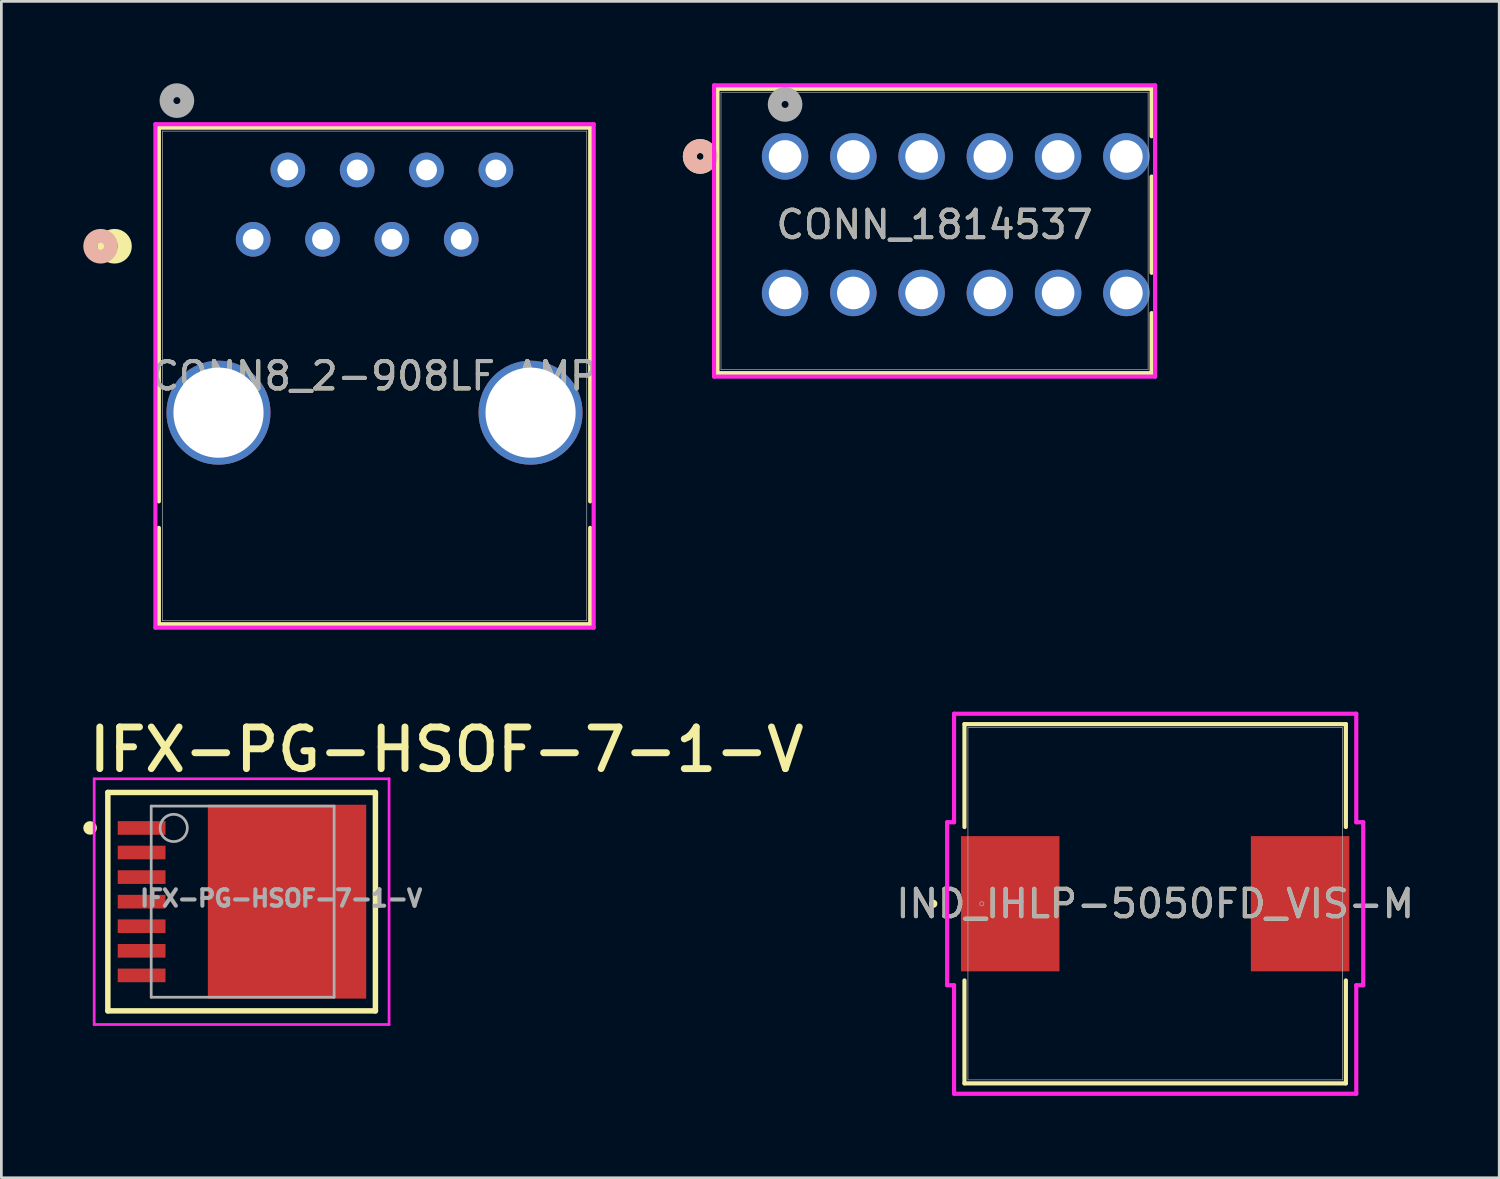
<source format=kicad_pcb>
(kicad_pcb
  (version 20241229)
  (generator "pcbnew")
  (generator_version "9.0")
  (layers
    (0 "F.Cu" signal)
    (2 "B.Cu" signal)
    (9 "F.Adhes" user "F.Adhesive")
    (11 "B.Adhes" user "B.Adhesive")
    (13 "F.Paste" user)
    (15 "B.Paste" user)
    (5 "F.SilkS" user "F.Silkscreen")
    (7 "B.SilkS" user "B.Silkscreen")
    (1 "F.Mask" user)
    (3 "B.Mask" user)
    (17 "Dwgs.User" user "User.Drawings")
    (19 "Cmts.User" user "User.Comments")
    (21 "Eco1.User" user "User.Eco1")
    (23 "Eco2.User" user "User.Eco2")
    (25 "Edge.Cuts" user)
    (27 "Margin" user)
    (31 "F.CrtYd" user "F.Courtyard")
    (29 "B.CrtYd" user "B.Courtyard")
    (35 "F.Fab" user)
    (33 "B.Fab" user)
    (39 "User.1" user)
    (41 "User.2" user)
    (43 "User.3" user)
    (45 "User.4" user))
  (footprint "IFX-PG-HSOF-7-1-V"
    (layer "F.Cu")
    (at 4.8 29.975)
    (property "Reference" "IFX-PG-HSOF-7-1-V" (at -4.724 -4.674 0) (unlocked yes) (layer "F.SilkS") (effects (font (size 1.524 1.524) (thickness 0.254)) (justify left bottom)))
    (fp_poly (pts (xy -0.237 -3.3) (xy 2.462 -3.3) (xy 2.462 -3) (xy 4.312 -3) (xy 4.312 -3.55) (xy 5.562 -3.55) (xy 5.562 3.55) (xy 4.312 3.55) (xy 4.312 3) (xy 2.462 3) (xy 2.462 3.3) (xy -0.237 3.3)) (stroke (width 0) (type default)) (fill yes) (layer "F.Mask"))
    (fp_line (start -3.9 -4) (end 5.9 -4) (stroke (width 0.2) (type solid)) (layer "F.SilkS"))
    (fp_line (start -3.9 4) (end -3.9 -4) (stroke (width 0.2) (type solid)) (layer "F.SilkS"))
    (fp_line (start -3.9 4) (end 5.9 4) (stroke (width 0.2) (type solid)) (layer "F.SilkS"))
    (fp_line (start 5.9 4) (end 5.9 -4) (stroke (width 0.2) (type solid)) (layer "F.SilkS"))
    (fp_circle (center -4.55 -2.7) (end -4.55 -2.825) (stroke (width 0.25) (type solid)) (fill no) (layer "F.SilkS"))
    (fp_poly (pts (xy -3.462 -2.9) (xy -1.863 -2.9) (xy -1.863 -2.5) (xy -3.462 -2.5)) (stroke (width 0) (type default)) (fill yes) (layer "F.Paste"))
    (fp_poly (pts (xy -3.462 -2) (xy -1.863 -2) (xy -1.863 -1.6) (xy -3.462 -1.6)) (stroke (width 0) (type default)) (fill yes) (layer "F.Paste"))
    (fp_poly (pts (xy -3.462 -1.1) (xy -1.863 -1.1) (xy -1.863 -0.7) (xy -3.462 -0.7)) (stroke (width 0) (type default)) (fill yes) (layer "F.Paste"))
    (fp_poly (pts (xy -3.462 -0.2) (xy -1.863 -0.2) (xy -1.863 0.2) (xy -3.462 0.2)) (stroke (width 0) (type default)) (fill yes) (layer "F.Paste"))
    (fp_poly (pts (xy -3.462 0.7) (xy -1.863 0.7) (xy -1.863 1.1) (xy -3.462 1.1)) (stroke (width 0) (type default)) (fill yes) (layer "F.Paste"))
    (fp_poly (pts (xy -3.462 1.6) (xy -1.863 1.6) (xy -1.863 2) (xy -3.462 2)) (stroke (width 0) (type default)) (fill yes) (layer "F.Paste"))
    (fp_poly (pts (xy -3.462 2.5) (xy -1.863 2.5) (xy -1.863 2.9) (xy -3.462 2.9)) (stroke (width 0) (type default)) (fill yes) (layer "F.Paste"))
    (fp_poly (pts (xy 0.938 -0.2) (xy 0.938 -3.2) (xy -0.062 -3.2) (xy -0.062 -0.2)) (stroke (width 0) (type default)) (fill yes) (layer "F.Paste"))
    (fp_poly (pts (xy 0.938 0.2) (xy 0.938 3.2) (xy -0.062 3.2) (xy -0.062 0.2)) (stroke (width 0) (type default)) (fill yes) (layer "F.Paste"))
    (fp_poly (pts (xy 2.438 -0.2) (xy 2.438 -3.2) (xy 1.438 -3.2) (xy 1.438 -0.2)) (stroke (width 0) (type default)) (fill yes) (layer "F.Paste"))
    (fp_poly (pts (xy 2.438 0.2) (xy 2.438 3.2) (xy 1.438 3.2) (xy 1.438 0.2)) (stroke (width 0) (type default)) (fill yes) (layer "F.Paste"))
    (fp_poly (pts (xy 3.938 0.2) (xy 3.938 2.9) (xy 2.938 2.9) (xy 2.938 0.2)) (stroke (width 0) (type default)) (fill yes) (layer "F.Paste"))
    (fp_poly (pts (xy 3.938 -0.2) (xy 3.938 -2.9) (xy 2.938 -2.9) (xy 2.938 -0.2)) (stroke (width 0) (type default)) (fill yes) (layer "F.Paste"))
    (fp_poly (pts (xy 5.438 -3.45) (xy 4.438 -3.45) (xy 4.438 -0.2) (xy 5.438 -0.2)) (stroke (width 0) (type default)) (fill yes) (layer "F.Paste"))
    (fp_poly (pts (xy 5.438 3.45) (xy 4.438 3.45) (xy 4.438 0.2) (xy 5.438 0.2)) (stroke (width 0) (type default)) (fill yes) (layer "F.Paste"))
    (fp_line (start -4.4 -4.5) (end 6.4 -4.5) (stroke (width 0.1) (type solid)) (layer "F.CrtYd"))
    (fp_line (start -4.4 4.5) (end -4.4 -4.5) (stroke (width 0.1) (type solid)) (layer "F.CrtYd"))
    (fp_line (start -4.4 4.5) (end 6.4 4.5) (stroke (width 0.1) (type solid)) (layer "F.CrtYd"))
    (fp_line (start 6.4 4.5) (end 6.4 -4.5) (stroke (width 0.1) (type solid)) (layer "F.CrtYd"))
    (fp_line (start -2.312 -3.5) (end 4.388 -3.5) (stroke (width 0.1) (type solid)) (layer "F.Fab"))
    (fp_line (start -2.312 3.5) (end -2.312 -3.5) (stroke (width 0.1) (type solid)) (layer "F.Fab"))
    (fp_line (start -2.312 3.5) (end 4.388 3.5) (stroke (width 0.1) (type solid)) (layer "F.Fab"))
    (fp_line (start 4.388 3.5) (end 4.388 -3.5) (stroke (width 0.1) (type solid)) (layer "F.Fab"))
    (fp_circle (center -1.488 -2.7) (end -0.988 -2.7) (stroke (width 0.1) (type solid)) (fill no) (layer "F.Fab"))
    (fp_text user "${REFERENCE}" (at -2.794 0.229 0) (unlocked yes) (layer "F.Fab") (effects (font (size 0.6 0.6) (thickness 0.15)) (justify left bottom)))
    (pad "1" smd rect (at -2.663 -2.7 270) (size 0.5 1.75) (layers "F.Cu" "F.Mask" "F.Paste"))
    (pad "2" smd rect (at -2.663 -1.8 270) (size 0.5 1.75) (layers "F.Cu" "F.Mask" "F.Paste"))
    (pad "3" smd rect (at -2.663 -0.9 270) (size 0.5 1.75) (layers "F.Cu" "F.Mask" "F.Paste"))
    (pad "4" smd rect (at -2.663 0 270) (size 0.5 1.75) (layers "F.Cu" "F.Mask" "F.Paste"))
    (pad "5" smd rect (at -2.663 0.9 270) (size 0.5 1.75) (layers "F.Cu" "F.Mask" "F.Paste"))
    (pad "6" smd rect (at -2.663 1.8 270) (size 0.5 1.75) (layers "F.Cu" "F.Mask" "F.Paste"))
    (pad "7" smd rect (at -2.663 2.7 270) (size 0.5 1.75) (layers "F.Cu" "F.Mask" "F.Paste"))
    (pad "8" smd rect (at 2.663 0) (size 5.8 7.1) (layers "F.Cu" "F.Mask" "F.Paste")))
  (footprint "CONN8_2-908LF_AMP"
    (layer "F.Cu")
    (at 6.223 5.715)
    (property "Reference" "CONN8_2-908LF_AMP" (at 4.445 5.004 0) (unlocked yes) (layer "F.SilkS") (effects (font (size 1 1) (thickness 0.15))))
    (attr through_hole)
    (fp_line (start -3.454 -4.089) (end -3.454 9.598) (stroke (width 0.152) (type solid)) (layer "F.SilkS"))
    (fp_line (start -3.454 10.57) (end -3.454 14.097) (stroke (width 0.152) (type solid)) (layer "F.SilkS"))
    (fp_line (start -3.454 14.097) (end 12.344 14.097) (stroke (width 0.152) (type solid)) (layer "F.SilkS"))
    (fp_line (start 12.344 -4.089) (end -3.454 -4.089) (stroke (width 0.152) (type solid)) (layer "F.SilkS"))
    (fp_line (start 12.344 9.598) (end 12.344 -4.089) (stroke (width 0.152) (type solid)) (layer "F.SilkS"))
    (fp_line (start 12.344 14.097) (end 12.344 10.57) (stroke (width 0.152) (type solid)) (layer "F.SilkS"))
    (fp_circle (center -5.08 0.254) (end -4.699 0.254) (stroke (width 0.508) (type solid)) (fill no) (layer "F.SilkS"))
    (fp_circle (center -5.588 0.254) (end -5.207 0.254) (stroke (width 0.508) (type solid)) (fill no) (layer "B.SilkS"))
    (fp_line (start -3.581 -4.216) (end -3.581 14.224) (stroke (width 0.152) (type solid)) (layer "F.CrtYd"))
    (fp_line (start -3.581 14.224) (end 12.471 14.224) (stroke (width 0.152) (type solid)) (layer "F.CrtYd"))
    (fp_line (start 12.471 -4.216) (end -3.581 -4.216) (stroke (width 0.152) (type solid)) (layer "F.CrtYd"))
    (fp_line (start 12.471 14.224) (end 12.471 -4.216) (stroke (width 0.152) (type solid)) (layer "F.CrtYd"))
    (fp_line (start -3.327 -3.962) (end -3.327 13.97) (stroke (width 0.025) (type solid)) (layer "F.Fab"))
    (fp_line (start -3.327 13.97) (end 12.217 13.97) (stroke (width 0.025) (type solid)) (layer "F.Fab"))
    (fp_line (start 12.217 -3.962) (end -3.327 -3.962) (stroke (width 0.025) (type solid)) (layer "F.Fab"))
    (fp_line (start 12.217 13.97) (end 12.217 -3.962) (stroke (width 0.025) (type solid)) (layer "F.Fab"))
    (fp_circle (center -2.794 -5.08) (end -2.413 -5.08) (stroke (width 0.508) (type solid)) (fill no) (layer "F.Fab"))
    (fp_text user "${REFERENCE}" (at 4.445 5.004 0) (unlocked yes) (layer "F.Fab") (effects (font (size 1 1) (thickness 0.15))))
    (pad "1" thru_hole circle (at 0 0) (size 1.27 1.27) (drill 0.762) (layers "*.Cu" "*.Mask"))
    (pad "2" thru_hole circle (at 1.27 -2.54) (size 1.27 1.27) (drill 0.762) (layers "*.Cu" "*.Mask"))
    (pad "3" thru_hole circle (at 2.54 0) (size 1.27 1.27) (drill 0.762) (layers "*.Cu" "*.Mask"))
    (pad "4" thru_hole circle (at 3.81 -2.54) (size 1.27 1.27) (drill 0.762) (layers "*.Cu" "*.Mask"))
    (pad "5" thru_hole circle (at 5.08 0) (size 1.27 1.27) (drill 0.762) (layers "*.Cu" "*.Mask"))
    (pad "6" thru_hole circle (at 6.35 -2.54) (size 1.27 1.27) (drill 0.762) (layers "*.Cu" "*.Mask"))
    (pad "7" thru_hole circle (at 7.62 0) (size 1.27 1.27) (drill 0.762) (layers "*.Cu" "*.Mask"))
    (pad "8" thru_hole circle (at 8.89 -2.54) (size 1.27 1.27) (drill 0.762) (layers "*.Cu" "*.Mask"))
    (pad "9" thru_hole circle (at -1.27 6.35 90) (size 3.81 3.81) (drill 3.302) (layers "*.Cu" "*.Mask"))
    (pad "10" thru_hole circle (at 10.16 6.35 90) (size 3.81 3.81) (drill 3.302) (layers "*.Cu" "*.Mask")))
  (footprint "IND_IHLP-5050FD_VIS-M"
    (layer "F.Cu")
    (at 39.26 30.051)
    (property "Reference" "IND_IHLP-5050FD_VIS-M" (at 0 0 0) (unlocked yes) (layer "F.SilkS") (effects (font (size 1 1) (thickness 0.15))))
    (attr smd)
    (fp_line (start -6.985 -6.579) (end -6.985 -2.809) (stroke (width 0.152) (type solid)) (layer "F.SilkS"))
    (fp_line (start -6.985 2.809) (end -6.985 6.579) (stroke (width 0.152) (type solid)) (layer "F.SilkS"))
    (fp_line (start -6.985 6.579) (end 6.985 6.579) (stroke (width 0.152) (type solid)) (layer "F.SilkS"))
    (fp_line (start 6.985 -6.579) (end -6.985 -6.579) (stroke (width 0.152) (type solid)) (layer "F.SilkS"))
    (fp_line (start 6.985 -2.809) (end 6.985 -6.579) (stroke (width 0.152) (type solid)) (layer "F.SilkS"))
    (fp_line (start 6.985 6.579) (end 6.985 2.809) (stroke (width 0.152) (type solid)) (layer "F.SilkS"))
    (fp_circle (center -8.128 0) (end -8.052 0) (stroke (width 0.152) (type solid)) (fill no) (layer "F.SilkS"))
    (fp_line (start -7.62 -2.985) (end -7.366 -2.985) (stroke (width 0.152) (type solid)) (layer "F.CrtYd"))
    (fp_line (start -7.62 2.985) (end -7.62 -2.985) (stroke (width 0.152) (type solid)) (layer "F.CrtYd"))
    (fp_line (start -7.366 -6.96) (end 7.366 -6.96) (stroke (width 0.152) (type solid)) (layer "F.CrtYd"))
    (fp_line (start -7.366 -2.985) (end -7.366 -6.96) (stroke (width 0.152) (type solid)) (layer "F.CrtYd"))
    (fp_line (start -7.366 2.985) (end -7.62 2.985) (stroke (width 0.152) (type solid)) (layer "F.CrtYd"))
    (fp_line (start -7.366 6.96) (end -7.366 2.985) (stroke (width 0.152) (type solid)) (layer "F.CrtYd"))
    (fp_line (start 7.366 -6.96) (end 7.366 -2.985) (stroke (width 0.152) (type solid)) (layer "F.CrtYd"))
    (fp_line (start 7.366 -2.985) (end 7.62 -2.985) (stroke (width 0.152) (type solid)) (layer "F.CrtYd"))
    (fp_line (start 7.366 2.985) (end 7.366 6.96) (stroke (width 0.152) (type solid)) (layer "F.CrtYd"))
    (fp_line (start 7.366 6.96) (end -7.366 6.96) (stroke (width 0.152) (type solid)) (layer "F.CrtYd"))
    (fp_line (start 7.62 -2.985) (end 7.62 2.985) (stroke (width 0.152) (type solid)) (layer "F.CrtYd"))
    (fp_line (start 7.62 2.985) (end 7.366 2.985) (stroke (width 0.152) (type solid)) (layer "F.CrtYd"))
    (fp_line (start -6.858 -6.452) (end -6.858 6.452) (stroke (width 0.025) (type solid)) (layer "F.Fab"))
    (fp_line (start -6.858 6.452) (end 6.858 6.452) (stroke (width 0.025) (type solid)) (layer "F.Fab"))
    (fp_line (start 6.858 -6.452) (end -6.858 -6.452) (stroke (width 0.025) (type solid)) (layer "F.Fab"))
    (fp_line (start 6.858 6.452) (end 6.858 -6.452) (stroke (width 0.025) (type solid)) (layer "F.Fab"))
    (fp_circle (center -6.35 0) (end -6.274 0) (stroke (width 0.025) (type solid)) (fill no) (layer "F.Fab"))
    (fp_text user "${REFERENCE}" (at 0 0 0) (unlocked yes) (layer "F.Fab") (effects (font (size 1 1) (thickness 0.15))))
    (pad "1" smd rect (at -5.309 0 90) (size 4.953 3.607) (layers "F.Cu" "F.Mask" "F.Paste"))
    (pad "2" smd rect (at 5.309 0 90) (size 4.953 3.607) (layers "F.Cu" "F.Mask" "F.Paste"))
    (zone (net_name "") (layer "F.Cu") (hatch full 0.508) (connect_pads) (min_thickness 0.254) (filled_areas_thickness no) (keepout (tracks not_allowed) (vias not_allowed) (pads allowed) (copperpour not_allowed) (footprints allowed)) (placement (enabled no)) (fill) (polygon (pts (xy 32.453 23.65) (xy 46.067 23.65) (xy 46.067 27.524) (xy 32.453 27.524))))
    (zone (net_name "") (layer "F.Cu") (hatch full 0.508) (connect_pads) (min_thickness 0.254) (filled_areas_thickness no) (keepout (tracks not_allowed) (vias not_allowed) (pads allowed) (copperpour not_allowed) (footprints allowed)) (placement (enabled no)) (fill) (polygon (pts (xy 32.453 32.578) (xy 46.067 32.578) (xy 46.067 36.452) (xy 32.453 36.452))))
    (zone (net_name "") (layer "F.Cu") (hatch full 0.508) (connect_pads) (min_thickness 0.254) (filled_areas_thickness no) (keepout (tracks not_allowed) (vias not_allowed) (pads allowed) (copperpour not_allowed) (footprints allowed)) (placement (enabled no)) (fill) (polygon (pts (xy 35.805 27.524) (xy 42.714 27.524) (xy 42.714 32.578) (xy 35.805 32.578)))))
  (footprint "CONN_1814537"
    (layer "F.Cu")
    (at 36.655 7.68)
    (property "Reference" "CONN_1814537" (at -5.475 -2.5 0) (unlocked yes) (layer "F.SilkS") (effects (font (size 1 1) (thickness 0.15))))
    (attr through_hole)
    (fp_line (start -13.425 -7.477) (end -13.425 2.937) (stroke (width 0.152) (type solid)) (layer "F.SilkS"))
    (fp_line (start -13.425 2.937) (end 2.475 2.937) (stroke (width 0.152) (type solid)) (layer "F.SilkS"))
    (fp_line (start 2.475 -7.477) (end -13.425 -7.477) (stroke (width 0.152) (type solid)) (layer "F.SilkS"))
    (fp_line (start 2.475 -5.738) (end 2.475 -7.477) (stroke (width 0.152) (type solid)) (layer "F.SilkS"))
    (fp_line (start 2.475 -0.738) (end 2.475 -4.262) (stroke (width 0.152) (type solid)) (layer "F.SilkS"))
    (fp_line (start 2.475 2.937) (end 2.475 0.738) (stroke (width 0.152) (type solid)) (layer "F.SilkS"))
    (fp_circle (center -14.06 -5) (end -13.679 -5) (stroke (width 0.508) (type solid)) (fill no) (layer "F.SilkS"))
    (fp_circle (center -14.06 -5) (end -13.679 -5) (stroke (width 0.508) (type solid)) (fill no) (layer "B.SilkS"))
    (fp_line (start -13.552 -7.604) (end -13.552 3.064) (stroke (width 0.152) (type solid)) (layer "F.CrtYd"))
    (fp_line (start -13.552 3.064) (end 2.602 3.064) (stroke (width 0.152) (type solid)) (layer "F.CrtYd"))
    (fp_line (start 2.602 -7.604) (end -13.552 -7.604) (stroke (width 0.152) (type solid)) (layer "F.CrtYd"))
    (fp_line (start 2.602 3.064) (end 2.602 -7.604) (stroke (width 0.152) (type solid)) (layer "F.CrtYd"))
    (fp_line (start -13.298 -7.35) (end -13.298 2.81) (stroke (width 0.025) (type solid)) (layer "F.Fab"))
    (fp_line (start -13.298 2.81) (end 2.348 2.81) (stroke (width 0.025) (type solid)) (layer "F.Fab"))
    (fp_line (start 2.348 -7.35) (end -13.298 -7.35) (stroke (width 0.025) (type solid)) (layer "F.Fab"))
    (fp_line (start 2.348 2.81) (end 2.348 -7.35) (stroke (width 0.025) (type solid)) (layer "F.Fab"))
    (fp_circle (center -10.95 -6.905) (end -10.569 -6.905) (stroke (width 0.508) (type solid)) (fill no) (layer "F.Fab"))
    (fp_text user "${REFERENCE}" (at -5.475 -2.5 0) (unlocked yes) (layer "F.Fab") (effects (font (size 1 1) (thickness 0.15))))
    (pad "1" thru_hole circle (at -10.95 -5) (size 1.702 1.702) (drill 1.194) (layers "*.Cu" "*.Mask"))
    (pad "2" thru_hole circle (at -10.95 0) (size 1.702 1.702) (drill 1.194) (layers "*.Cu" "*.Mask"))
    (pad "3" thru_hole circle (at -8.45 -5) (size 1.702 1.702) (drill 1.194) (layers "*.Cu" "*.Mask"))
    (pad "4" thru_hole circle (at -8.45 0) (size 1.702 1.702) (drill 1.194) (layers "*.Cu" "*.Mask"))
    (pad "5" thru_hole circle (at -5.95 -5) (size 1.702 1.702) (drill 1.194) (layers "*.Cu" "*.Mask"))
    (pad "6" thru_hole circle (at -5.95 0) (size 1.702 1.702) (drill 1.194) (layers "*.Cu" "*.Mask"))
    (pad "7" thru_hole circle (at -3.45 -5) (size 1.702 1.702) (drill 1.194) (layers "*.Cu" "*.Mask"))
    (pad "8" thru_hole circle (at -3.45 0) (size 1.702 1.702) (drill 1.194) (layers "*.Cu" "*.Mask"))
    (pad "9" thru_hole circle (at -0.95 -5) (size 1.702 1.702) (drill 1.194) (layers "*.Cu" "*.Mask"))
    (pad "10" thru_hole circle (at -0.95 0) (size 1.702 1.702) (drill 1.194) (layers "*.Cu" "*.Mask"))
    (pad "11" thru_hole circle (at 1.55 -5) (size 1.702 1.702) (drill 1.194) (layers "*.Cu" "*.Mask"))
    (pad "12" thru_hole circle (at 1.55 0) (size 1.702 1.702) (drill 1.194) (layers "*.Cu" "*.Mask")))
  (gr_rect
    (start -3 -3)
    (end 51.861 40.087)
    (stroke (width 0.1) (type default))
    (fill no)
    (layer "Edge.Cuts")))
</source>
